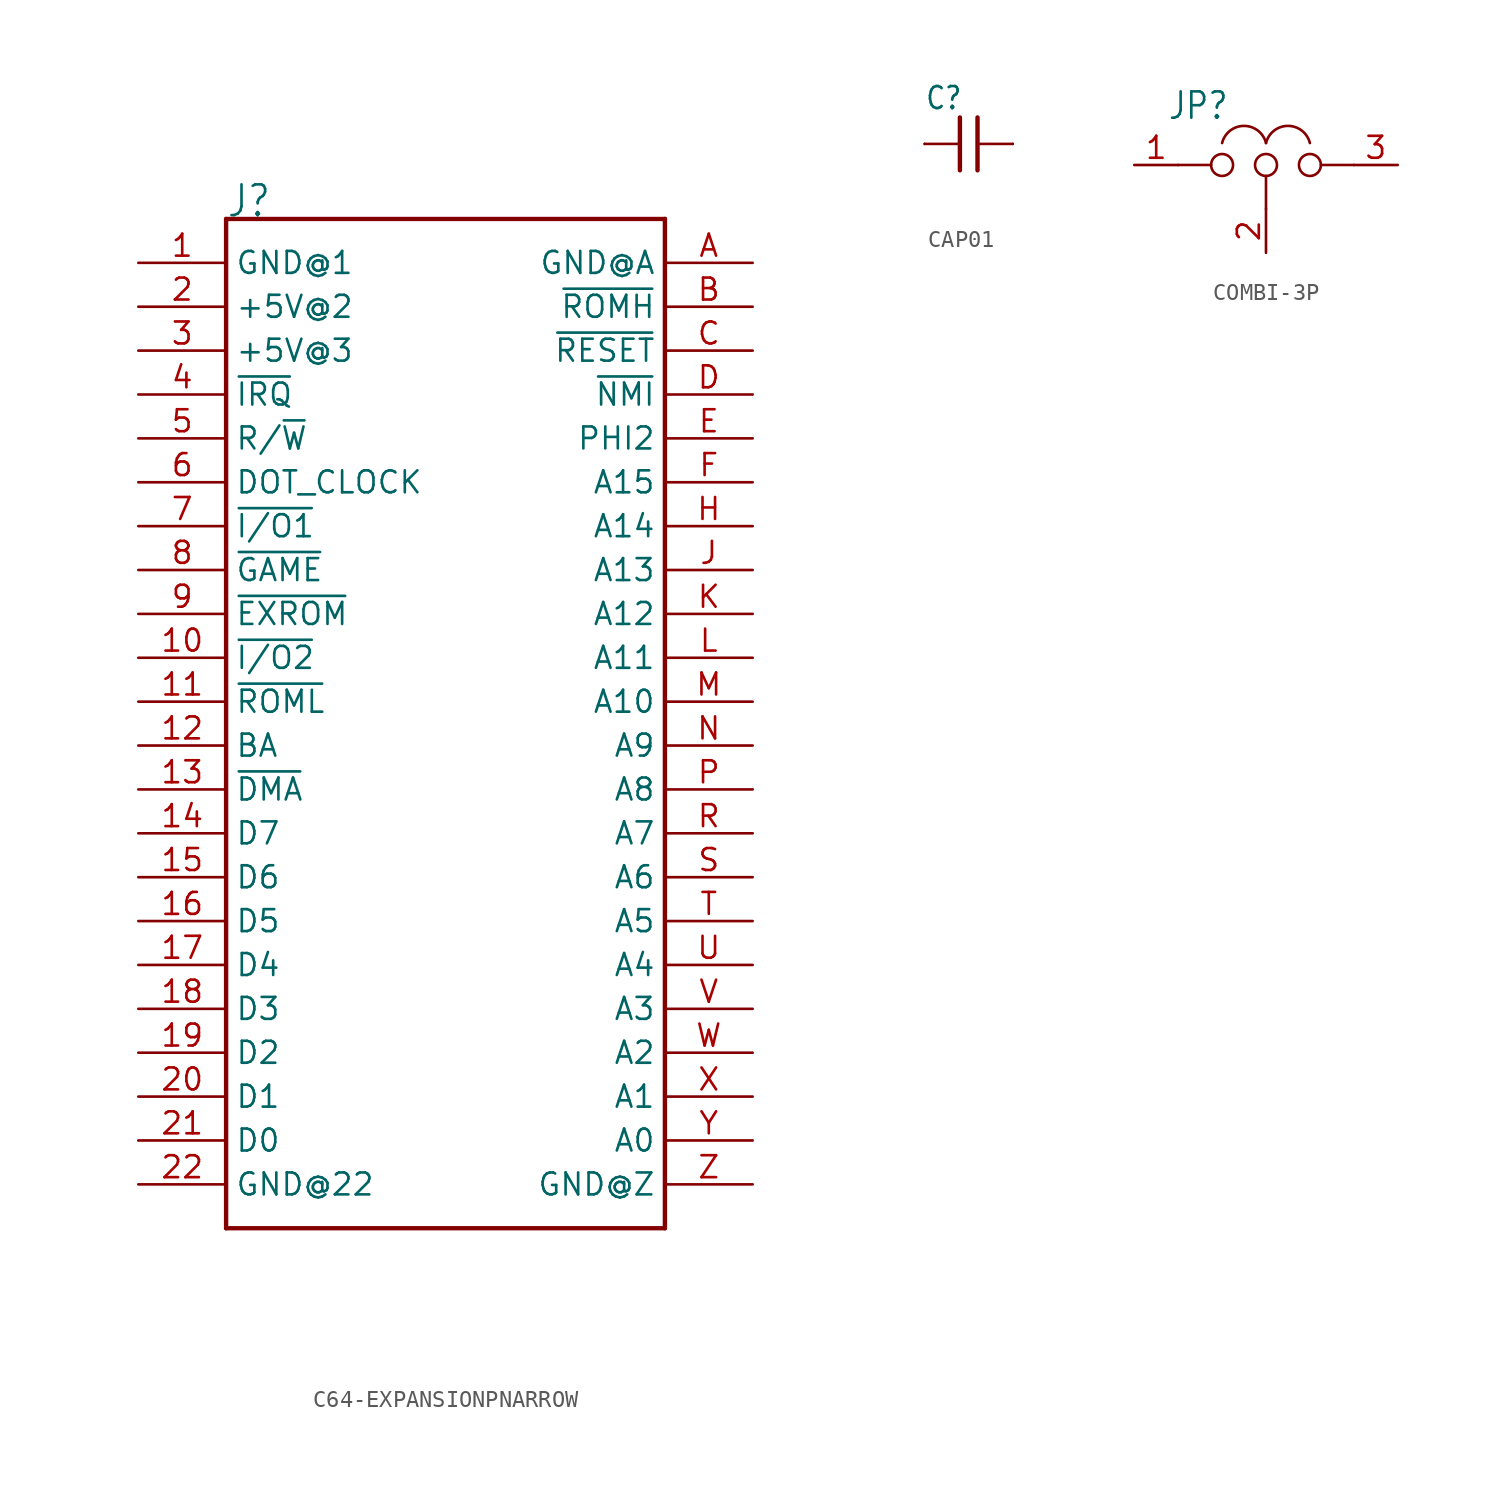
<source format=kicad_sym>
(kicad_symbol_lib
  (version 20220914)
  (generator kicad_symbol_editor)
  (symbol "C64-EXPANSIONPNARROW"
    (property "Reference" "J"
      (at -12.7 27.94 0)
      (effects (font (size 1.778 1.511)) (justify left bottom)))
    (property "Value" ""
      (at -12.7 -33.02 0)
      (effects (font (size 1.778 1.511)) (justify left bottom)))
    (property "ki_locked" ""
      (at 0 0 0)
      (effects (font (size 1.27 1.27))))
    (symbol "C64-EXPANSIONPNARROW_1_0"
      (polyline (pts (xy -12.7 -30.48) (xy -12.7 27.94)) (stroke (width 0.254) (type solid)) (fill (type none)))
      (polyline (pts (xy -12.7 27.94) (xy 12.7 27.94)) (stroke (width 0.254) (type solid)) (fill (type none)))
      (polyline (pts (xy 12.7 -30.48) (xy -12.7 -30.48)) (stroke (width 0.254) (type solid)) (fill (type none)))
      (polyline (pts (xy 12.7 27.94) (xy 12.7 -30.48)) (stroke (width 0.254) (type solid)) (fill (type none)))
      (pin power_in line (at -17.78 25.4 0) (length 5.08) (name "GND@1" (effects (font (size 1.27 1.27)))) (number "1" (effects (font (size 1.27 1.27)))))
      (pin output line (at -17.78 2.54 0) (length 5.08) (name "~{I/O2}" (effects (font (size 1.27 1.27)))) (number "10" (effects (font (size 1.27 1.27)))))
      (pin output line (at -17.78 0 0) (length 5.08) (name "~{ROML}" (effects (font (size 1.27 1.27)))) (number "11" (effects (font (size 1.27 1.27)))))
      (pin output line (at -17.78 -2.54 0) (length 5.08) (name "BA" (effects (font (size 1.27 1.27)))) (number "12" (effects (font (size 1.27 1.27)))))
      (pin input line (at -17.78 -5.08 0) (length 5.08) (name "~{DMA}" (effects (font (size 1.27 1.27)))) (number "13" (effects (font (size 1.27 1.27)))))
      (pin bidirectional line (at -17.78 -7.62 0) (length 5.08) (name "D7" (effects (font (size 1.27 1.27)))) (number "14" (effects (font (size 1.27 1.27)))))
      (pin bidirectional line (at -17.78 -10.16 0) (length 5.08) (name "D6" (effects (font (size 1.27 1.27)))) (number "15" (effects (font (size 1.27 1.27)))))
      (pin bidirectional line (at -17.78 -12.7 0) (length 5.08) (name "D5" (effects (font (size 1.27 1.27)))) (number "16" (effects (font (size 1.27 1.27)))))
      (pin bidirectional line (at -17.78 -15.24 0) (length 5.08) (name "D4" (effects (font (size 1.27 1.27)))) (number "17" (effects (font (size 1.27 1.27)))))
      (pin bidirectional line (at -17.78 -17.78 0) (length 5.08) (name "D3" (effects (font (size 1.27 1.27)))) (number "18" (effects (font (size 1.27 1.27)))))
      (pin bidirectional line (at -17.78 -20.32 0) (length 5.08) (name "D2" (effects (font (size 1.27 1.27)))) (number "19" (effects (font (size 1.27 1.27)))))
      (pin power_in line (at -17.78 22.86 0) (length 5.08) (name "+5V@2" (effects (font (size 1.27 1.27)))) (number "2" (effects (font (size 1.27 1.27)))))
      (pin bidirectional line (at -17.78 -22.86 0) (length 5.08) (name "D1" (effects (font (size 1.27 1.27)))) (number "20" (effects (font (size 1.27 1.27)))))
      (pin bidirectional line (at -17.78 -25.4 0) (length 5.08) (name "D0" (effects (font (size 1.27 1.27)))) (number "21" (effects (font (size 1.27 1.27)))))
      (pin power_in line (at -17.78 -27.94 0) (length 5.08) (name "GND@22" (effects (font (size 1.27 1.27)))) (number "22" (effects (font (size 1.27 1.27)))))
      (pin power_in line (at -17.78 20.32 0) (length 5.08) (name "+5V@3" (effects (font (size 1.27 1.27)))) (number "3" (effects (font (size 1.27 1.27)))))
      (pin input line (at -17.78 17.78 0) (length 5.08) (name "~{IRQ}" (effects (font (size 1.27 1.27)))) (number "4" (effects (font (size 1.27 1.27)))))
      (pin output line (at -17.78 15.24 0) (length 5.08) (name "R/~{W}" (effects (font (size 1.27 1.27)))) (number "5" (effects (font (size 1.27 1.27)))))
      (pin output line (at -17.78 12.7 0) (length 5.08) (name "DOT_CLOCK" (effects (font (size 1.27 1.27)))) (number "6" (effects (font (size 1.27 1.27)))))
      (pin output line (at -17.78 10.16 0) (length 5.08) (name "~{I/O1}" (effects (font (size 1.27 1.27)))) (number "7" (effects (font (size 1.27 1.27)))))
      (pin input line (at -17.78 7.62 0) (length 5.08) (name "~{GAME}" (effects (font (size 1.27 1.27)))) (number "8" (effects (font (size 1.27 1.27)))))
      (pin input line (at -17.78 5.08 0) (length 5.08) (name "~{EXROM}" (effects (font (size 1.27 1.27)))) (number "9" (effects (font (size 1.27 1.27)))))
      (pin power_in line (at 17.78 25.4 180) (length 5.08) (name "GND@A" (effects (font (size 1.27 1.27)))) (number "A" (effects (font (size 1.27 1.27)))))
      (pin output line (at 17.78 22.86 180) (length 5.08) (name "~{ROMH}" (effects (font (size 1.27 1.27)))) (number "B" (effects (font (size 1.27 1.27)))))
      (pin open_collector line (at 17.78 20.32 180) (length 5.08) (name "~{RESET}" (effects (font (size 1.27 1.27)))) (number "C" (effects (font (size 1.27 1.27)))))
      (pin input line (at 17.78 17.78 180) (length 5.08) (name "~{NMI}" (effects (font (size 1.27 1.27)))) (number "D" (effects (font (size 1.27 1.27)))))
      (pin output line (at 17.78 15.24 180) (length 5.08) (name "PHI2" (effects (font (size 1.27 1.27)))) (number "E" (effects (font (size 1.27 1.27)))))
      (pin bidirectional line (at 17.78 12.7 180) (length 5.08) (name "A15" (effects (font (size 1.27 1.27)))) (number "F" (effects (font (size 1.27 1.27)))))
      (pin bidirectional line (at 17.78 10.16 180) (length 5.08) (name "A14" (effects (font (size 1.27 1.27)))) (number "H" (effects (font (size 1.27 1.27)))))
      (pin bidirectional line (at 17.78 7.62 180) (length 5.08) (name "A13" (effects (font (size 1.27 1.27)))) (number "J" (effects (font (size 1.27 1.27)))))
      (pin bidirectional line (at 17.78 5.08 180) (length 5.08) (name "A12" (effects (font (size 1.27 1.27)))) (number "K" (effects (font (size 1.27 1.27)))))
      (pin bidirectional line (at 17.78 2.54 180) (length 5.08) (name "A11" (effects (font (size 1.27 1.27)))) (number "L" (effects (font (size 1.27 1.27)))))
      (pin bidirectional line (at 17.78 0 180) (length 5.08) (name "A10" (effects (font (size 1.27 1.27)))) (number "M" (effects (font (size 1.27 1.27)))))
      (pin bidirectional line (at 17.78 -2.54 180) (length 5.08) (name "A9" (effects (font (size 1.27 1.27)))) (number "N" (effects (font (size 1.27 1.27)))))
      (pin bidirectional line (at 17.78 -5.08 180) (length 5.08) (name "A8" (effects (font (size 1.27 1.27)))) (number "P" (effects (font (size 1.27 1.27)))))
      (pin bidirectional line (at 17.78 -7.62 180) (length 5.08) (name "A7" (effects (font (size 1.27 1.27)))) (number "R" (effects (font (size 1.27 1.27)))))
      (pin bidirectional line (at 17.78 -10.16 180) (length 5.08) (name "A6" (effects (font (size 1.27 1.27)))) (number "S" (effects (font (size 1.27 1.27)))))
      (pin bidirectional line (at 17.78 -12.7 180) (length 5.08) (name "A5" (effects (font (size 1.27 1.27)))) (number "T" (effects (font (size 1.27 1.27)))))
      (pin bidirectional line (at 17.78 -15.24 180) (length 5.08) (name "A4" (effects (font (size 1.27 1.27)))) (number "U" (effects (font (size 1.27 1.27)))))
      (pin bidirectional line (at 17.78 -17.78 180) (length 5.08) (name "A3" (effects (font (size 1.27 1.27)))) (number "V" (effects (font (size 1.27 1.27)))))
      (pin bidirectional line (at 17.78 -20.32 180) (length 5.08) (name "A2" (effects (font (size 1.27 1.27)))) (number "W" (effects (font (size 1.27 1.27)))))
      (pin bidirectional line (at 17.78 -22.86 180) (length 5.08) (name "A1" (effects (font (size 1.27 1.27)))) (number "X" (effects (font (size 1.27 1.27)))))
      (pin bidirectional line (at 17.78 -25.4 180) (length 5.08) (name "A0" (effects (font (size 1.27 1.27)))) (number "Y" (effects (font (size 1.27 1.27)))))
      (pin power_in line (at 17.78 -27.94 180) (length 5.08) (name "GND@Z" (effects (font (size 1.27 1.27)))) (number "Z" (effects (font (size 1.27 1.27)))))))
  (symbol "CAP01"
    (property "Reference" "C"
      (at -2.54 1.905 0)
      (effects (font (size 1.27 1.079)) (justify left bottom)))
    (property "Value" ""
      (at -3.81 -3.81 0)
      (effects (font (size 1.27 1.079)) (justify left bottom)))
    (property "ki_locked" ""
      (at 0 0 0)
      (effects (font (size 1.27 1.27))))
    (symbol "CAP01_1_0"
      (polyline (pts (xy -2.54 0) (xy -0.508 0)) (stroke (width 0.152) (type solid)) (fill (type none)))
      (polyline (pts (xy -0.508 1.524) (xy -0.508 -1.524)) (stroke (width 0.254) (type solid)) (fill (type none)))
      (polyline (pts (xy 0.508 1.524) (xy 0.508 -1.524)) (stroke (width 0.254) (type solid)) (fill (type none)))
      (polyline (pts (xy 2.54 0) (xy 0.508 0)) (stroke (width 0.152) (type solid)) (fill (type none)))
      (pin passive line (at -2.54 0 0) (length 0) (name "1" (effects (font (size 0 0)))) (number "1" (effects (font (size 0 0)))))
      (pin passive line (at 2.54 0 180) (length 0) (name "2" (effects (font (size 0 0)))) (number "2" (effects (font (size 0 0)))))))
  (symbol "COMBI-3P"
    (property "Reference" "JP"
      (at -3.175 2.54 0)
      (effects (font (size 1.524 1.295)) (justify left bottom)))
    (property "ki_locked" ""
      (at 0 0 0)
      (effects (font (size 1.27 1.27))))
    (symbol "COMBI-3P_1_0"
      (polyline (pts (xy -2.54 0) (xy -0.635 0)) (stroke (width 0.152) (type solid)) (fill (type none)))
      (polyline (pts (xy 2.54 -0.635) (xy 2.54 -2.54)) (stroke (width 0.152) (type solid)) (fill (type none)))
      (polyline (pts (xy 5.715 0) (xy 7.62 0)) (stroke (width 0.152) (type solid)) (fill (type none)))
      (circle (center 0 0) (radius 0.635) (stroke (width 0.152) (type solid)) (fill (type none)))
      (circle (center 2.54 0) (radius 0.635) (stroke (width 0.152) (type solid)) (fill (type none)))
      (arc (start 2.54 1.2698) (mid 1.2701 2.2615) (end 0 1.27) (stroke (width 0.1524) (type solid)) (fill (type none)))
      (circle (center 5.08 0) (radius 0.635) (stroke (width 0.152) (type solid)) (fill (type none)))
      (arc (start 5.08 1.2698) (mid 3.8101 2.2615) (end 2.54 1.27) (stroke (width 0.1524) (type solid)) (fill (type none)))
      (pin bidirectional line (at -5.08 0 0) (length 2.54) (name "1" (effects (font (size 0 0)))) (number "1" (effects (font (size 1.27 1.27)))))
      (pin bidirectional line (at 2.54 -5.08 90) (length 2.54) (name "2" (effects (font (size 0 0)))) (number "2" (effects (font (size 1.27 1.27)))))
      (pin bidirectional line (at 10.16 0 180) (length 2.54) (name "3" (effects (font (size 0 0)))) (number "3" (effects (font (size 1.27 1.27))))))))
</source>
